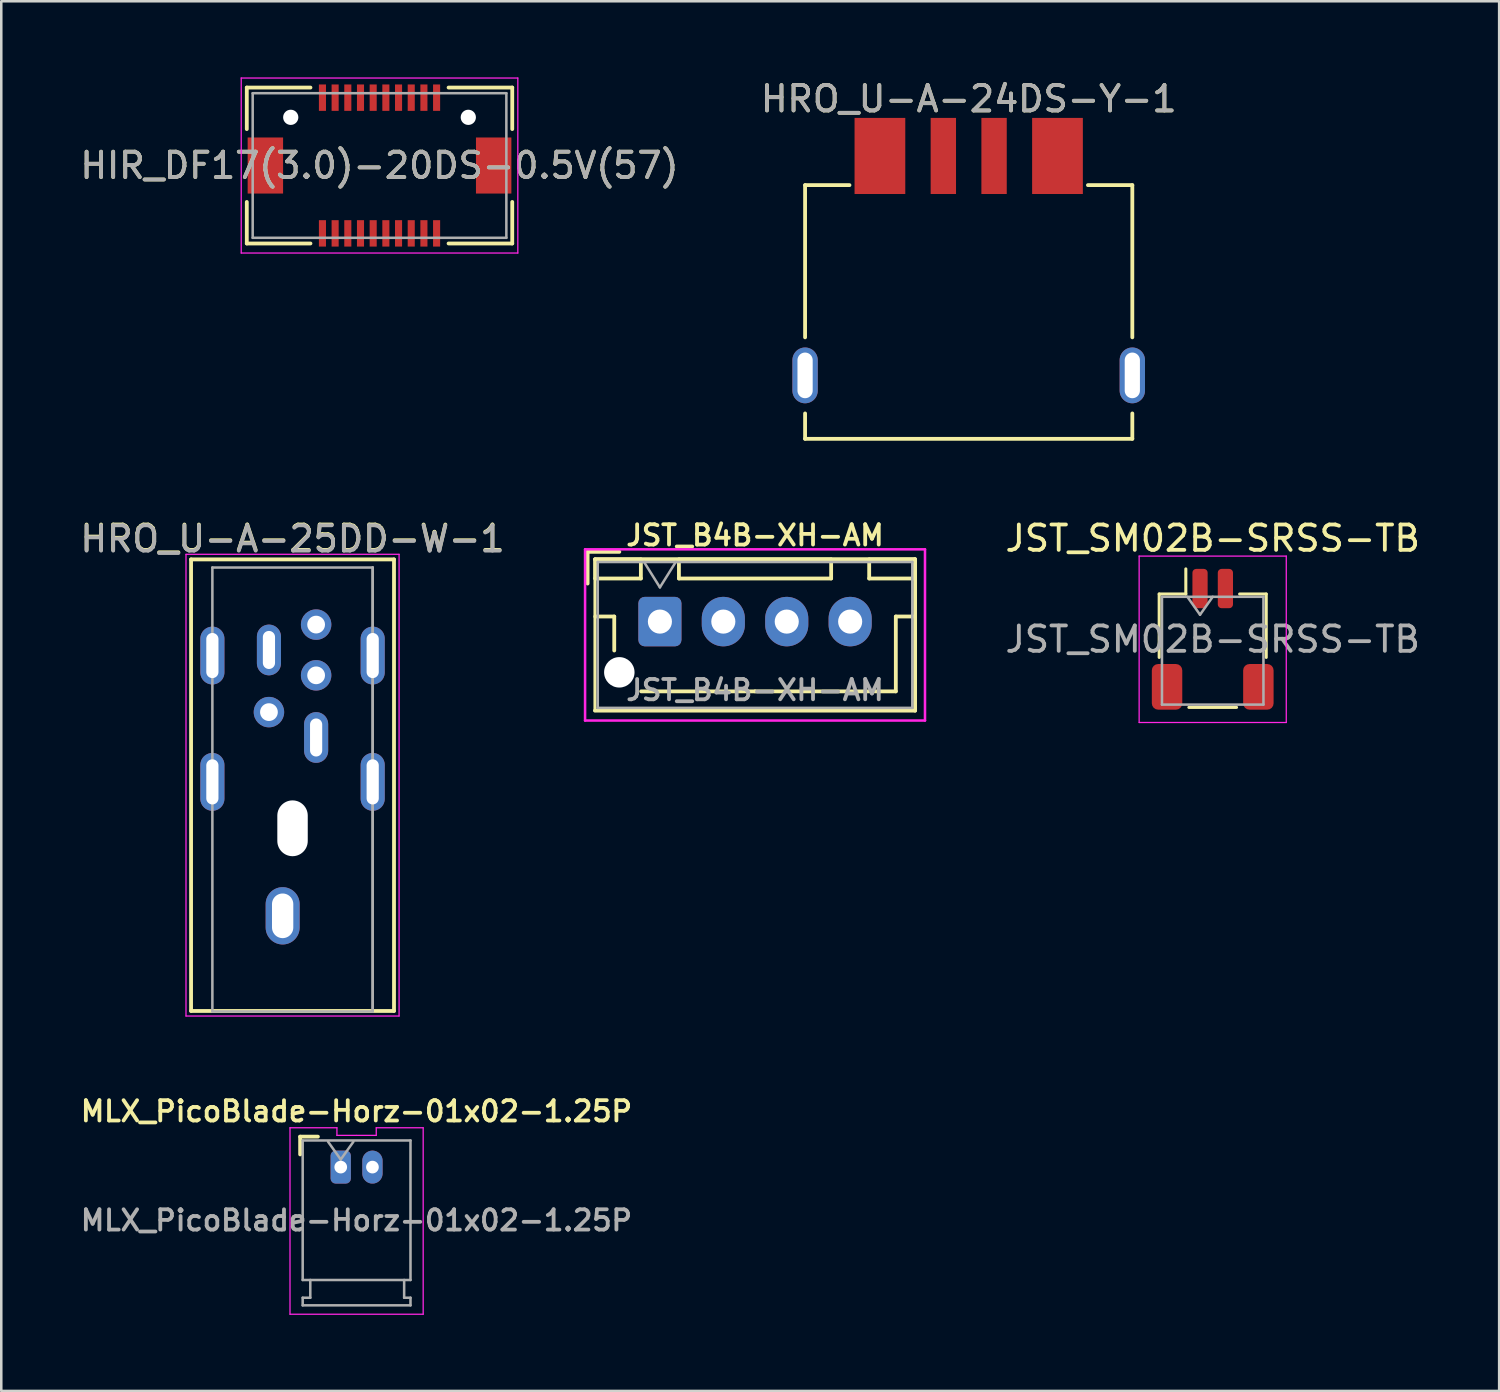
<source format=kicad_pcb>
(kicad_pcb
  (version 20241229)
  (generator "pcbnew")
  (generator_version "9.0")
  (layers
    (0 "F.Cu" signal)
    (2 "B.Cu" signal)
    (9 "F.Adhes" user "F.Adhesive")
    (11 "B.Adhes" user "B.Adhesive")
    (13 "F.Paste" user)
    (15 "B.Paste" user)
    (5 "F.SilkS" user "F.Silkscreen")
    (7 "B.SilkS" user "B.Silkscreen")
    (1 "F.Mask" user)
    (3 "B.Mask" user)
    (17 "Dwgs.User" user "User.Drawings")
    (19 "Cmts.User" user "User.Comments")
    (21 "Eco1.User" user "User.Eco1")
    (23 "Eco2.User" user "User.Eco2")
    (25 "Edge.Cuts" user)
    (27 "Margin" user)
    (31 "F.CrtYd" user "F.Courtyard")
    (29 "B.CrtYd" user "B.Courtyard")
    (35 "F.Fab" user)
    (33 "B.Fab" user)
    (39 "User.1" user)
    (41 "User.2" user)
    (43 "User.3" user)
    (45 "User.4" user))
  (footprint "JST_B4B-XH-AM"
    (layer "F.Cu")
    (at 22.964 21.454)
    (property "Reference" "JST_B4B-XH-AM" (at 3.75 -3.4 0) (layer "F.SilkS") (effects (font (size 0.8 0.8) (thickness 0.15))))
    (attr through_hole)
    (fp_line (start -2.85 -2.75) (end -2.85 -1.5) (stroke (width 0.15) (type solid)) (layer "F.SilkS"))
    (fp_line (start -2.56 -2.46) (end -2.56 3.51) (stroke (width 0.12) (type solid)) (layer "F.SilkS"))
    (fp_line (start -2.56 3.51) (end 10.06 3.51) (stroke (width 0.15) (type solid)) (layer "F.SilkS"))
    (fp_line (start -2.55 -2.45) (end -2.55 -1.7) (stroke (width 0.15) (type solid)) (layer "F.SilkS"))
    (fp_line (start -2.55 -1.7) (end -0.75 -1.7) (stroke (width 0.15) (type solid)) (layer "F.SilkS"))
    (fp_line (start -2.55 -0.2) (end -1.8 -0.2) (stroke (width 0.15) (type solid)) (layer "F.SilkS"))
    (fp_line (start -1.8 -0.2) (end -1.8 1.14) (stroke (width 0.15) (type solid)) (layer "F.SilkS"))
    (fp_line (start -1.6 -2.75) (end -2.85 -2.75) (stroke (width 0.15) (type solid)) (layer "F.SilkS"))
    (fp_line (start -0.75 -2.45) (end -2.55 -2.45) (stroke (width 0.15) (type solid)) (layer "F.SilkS"))
    (fp_line (start -0.75 -1.7) (end -0.75 -2.45) (stroke (width 0.15) (type solid)) (layer "F.SilkS"))
    (fp_line (start 0.75 -2.45) (end 0.75 -1.7) (stroke (width 0.15) (type solid)) (layer "F.SilkS"))
    (fp_line (start 0.75 -1.7) (end 6.75 -1.7) (stroke (width 0.15) (type solid)) (layer "F.SilkS"))
    (fp_line (start 3.75 2.75) (end -0.74 2.75) (stroke (width 0.15) (type solid)) (layer "F.SilkS"))
    (fp_line (start 6.75 -2.45) (end 0.75 -2.45) (stroke (width 0.15) (type solid)) (layer "F.SilkS"))
    (fp_line (start 6.75 -1.7) (end 6.75 -2.45) (stroke (width 0.15) (type solid)) (layer "F.SilkS"))
    (fp_line (start 8.25 -2.45) (end 8.25 -1.7) (stroke (width 0.15) (type solid)) (layer "F.SilkS"))
    (fp_line (start 8.25 -1.7) (end 10.05 -1.7) (stroke (width 0.15) (type solid)) (layer "F.SilkS"))
    (fp_line (start 9.3 -0.2) (end 9.3 2.75) (stroke (width 0.15) (type solid)) (layer "F.SilkS"))
    (fp_line (start 9.3 2.75) (end 3.75 2.75) (stroke (width 0.15) (type solid)) (layer "F.SilkS"))
    (fp_line (start 10.05 -2.45) (end 8.25 -2.45) (stroke (width 0.15) (type solid)) (layer "F.SilkS"))
    (fp_line (start 10.05 -1.7) (end 10.05 -2.45) (stroke (width 0.15) (type solid)) (layer "F.SilkS"))
    (fp_line (start 10.05 -0.2) (end 9.3 -0.2) (stroke (width 0.15) (type solid)) (layer "F.SilkS"))
    (fp_line (start 10.06 -2.46) (end -2.56 -2.46) (stroke (width 0.15) (type solid)) (layer "F.SilkS"))
    (fp_line (start 10.06 3.51) (end 10.06 -2.46) (stroke (width 0.15) (type solid)) (layer "F.SilkS"))
    (fp_line (start -2.95 -2.85) (end -2.95 3.9) (stroke (width 0.1) (type solid)) (layer "F.CrtYd"))
    (fp_line (start -2.95 3.9) (end 10.45 3.9) (stroke (width 0.1) (type solid)) (layer "F.CrtYd"))
    (fp_line (start 10.45 -2.85) (end -2.95 -2.85) (stroke (width 0.1) (type solid)) (layer "F.CrtYd"))
    (fp_line (start 10.45 3.9) (end 10.45 -2.85) (stroke (width 0.1) (type solid)) (layer "F.CrtYd"))
    (fp_line (start -2.45 -2.35) (end -2.45 3.4) (stroke (width 0.1) (type solid)) (layer "F.Fab"))
    (fp_line (start -2.45 3.4) (end 9.95 3.4) (stroke (width 0.1) (type solid)) (layer "F.Fab"))
    (fp_line (start -0.625 -2.35) (end 0 -1.35) (stroke (width 0.1) (type solid)) (layer "F.Fab"))
    (fp_line (start 0 -1.35) (end 0.625 -2.35) (stroke (width 0.1) (type solid)) (layer "F.Fab"))
    (fp_line (start 9.95 -2.35) (end -2.45 -2.35) (stroke (width 0.1) (type solid)) (layer "F.Fab"))
    (fp_line (start 9.95 3.4) (end 9.95 -2.35) (stroke (width 0.1) (type solid)) (layer "F.Fab"))
    (fp_text user "${REFERENCE}" (at 3.75 2.7 0) (layer "F.Fab") (effects (font (size 0.8 0.8) (thickness 0.15))))
    (pad "" np_thru_hole circle (at -1.6 2) (size 1.2 1.2) (drill 1.2) (layers "*.Cu" "*.Mask"))
    (pad "1" thru_hole roundrect (at 0 0) (size 1.7 1.95) (drill 0.95) (layers "*.Cu" "*.Mask") (roundrect_rratio 0.147))
    (pad "2" thru_hole oval (at 2.5 0) (size 1.7 1.95) (drill 0.95) (layers "*.Cu" "*.Mask"))
    (pad "3" thru_hole oval (at 5 0) (size 1.7 1.95) (drill 0.95) (layers "*.Cu" "*.Mask"))
    (pad "4" thru_hole oval (at 7.5 0) (size 1.7 1.95) (drill 0.95) (layers "*.Cu" "*.Mask")))
  (footprint "HRO_U-A-24DS-Y-1"
    (layer "F.Cu")
    (at 35.137 4.248)
    (property "Reference" "HRO_U-A-24DS-Y-1" (at 0 -3.4 0) (layer "F.SilkS") (effects (font (size 1 1) (thickness 0.15))))
    (attr smd)
    (fp_line (start -6.45 0) (end -6.45 6) (stroke (width 0.15) (type solid)) (layer "F.SilkS"))
    (fp_line (start -6.45 0) (end -4.7 0) (stroke (width 0.15) (type solid)) (layer "F.SilkS"))
    (fp_line (start -6.45 10) (end -6.45 9) (stroke (width 0.15) (type solid)) (layer "F.SilkS"))
    (fp_line (start -6.45 10) (end 6.45 10) (stroke (width 0.15) (type solid)) (layer "F.SilkS"))
    (fp_line (start 6.45 0) (end 4.7 0) (stroke (width 0.15) (type solid)) (layer "F.SilkS"))
    (fp_line (start 6.45 0) (end 6.45 6) (stroke (width 0.15) (type solid)) (layer "F.SilkS"))
    (fp_line (start 6.45 10) (end 6.45 9) (stroke (width 0.15) (type solid)) (layer "F.SilkS"))
    (fp_text user "${REFERENCE}" (at 0 -3.4 0) (layer "F.Fab") (effects (font (size 1 1) (thickness 0.15))))
    (pad "1" smd rect (at -3.5 -1.15) (size 2 3) (layers "F.Cu" "F.Mask" "F.Paste"))
    (pad "2" smd rect (at -1 -1.15) (size 1 3) (layers "F.Cu" "F.Mask" "F.Paste"))
    (pad "3" smd rect (at 1 -1.15) (size 1 3) (layers "F.Cu" "F.Mask" "F.Paste"))
    (pad "4" smd rect (at 3.5 -1.15) (size 2 3) (layers "F.Cu" "F.Mask" "F.Paste"))
    (pad "S" thru_hole oval (at -6.45 7.5) (size 1 2.2) (drill oval 0.6 1.8) (layers "*.Cu" "*.Mask"))
    (pad "S" thru_hole oval (at 6.45 7.5) (size 1 2.2) (drill oval 0.6 1.8) (layers "*.Cu" "*.Mask")))
  (footprint "JST_SM02B-SRSS-TB"
    (layer "F.Cu")
    (at 44.756 22.151)
    (property "Reference" "JST_SM02B-SRSS-TB" (at 0 -3.98 0) (layer "F.SilkS") (effects (font (size 1 1) (thickness 0.15))))
    (attr smd)
    (fp_line (start -2.11 -1.785) (end -1.06 -1.785) (stroke (width 0.12) (type solid)) (layer "F.SilkS"))
    (fp_line (start -2.11 0.715) (end -2.11 -1.785) (stroke (width 0.12) (type solid)) (layer "F.SilkS"))
    (fp_line (start -1.06 -1.785) (end -1.06 -2.775) (stroke (width 0.12) (type solid)) (layer "F.SilkS"))
    (fp_line (start -0.94 2.685) (end 0.94 2.685) (stroke (width 0.12) (type solid)) (layer "F.SilkS"))
    (fp_line (start 2.11 -1.785) (end 1.06 -1.785) (stroke (width 0.12) (type solid)) (layer "F.SilkS"))
    (fp_line (start 2.11 0.715) (end 2.11 -1.785) (stroke (width 0.12) (type solid)) (layer "F.SilkS"))
    (fp_line (start -2.9 -3.28) (end -2.9 3.28) (stroke (width 0.05) (type solid)) (layer "F.CrtYd"))
    (fp_line (start -2.9 3.28) (end 2.9 3.28) (stroke (width 0.05) (type solid)) (layer "F.CrtYd"))
    (fp_line (start 2.9 -3.28) (end -2.9 -3.28) (stroke (width 0.05) (type solid)) (layer "F.CrtYd"))
    (fp_line (start 2.9 3.28) (end 2.9 -3.28) (stroke (width 0.05) (type solid)) (layer "F.CrtYd"))
    (fp_line (start -2 -1.675) (end -2 2.575) (stroke (width 0.1) (type solid)) (layer "F.Fab"))
    (fp_line (start -2 -1.675) (end 2 -1.675) (stroke (width 0.1) (type solid)) (layer "F.Fab"))
    (fp_line (start -2 2.575) (end 2 2.575) (stroke (width 0.1) (type solid)) (layer "F.Fab"))
    (fp_line (start -1 -1.675) (end -0.5 -0.968) (stroke (width 0.1) (type solid)) (layer "F.Fab"))
    (fp_line (start -0.5 -0.968) (end 0 -1.675) (stroke (width 0.1) (type solid)) (layer "F.Fab"))
    (fp_line (start 2 -1.675) (end 2 2.575) (stroke (width 0.1) (type solid)) (layer "F.Fab"))
    (fp_text user "${REFERENCE}" (at 0 0 0) (layer "F.Fab") (effects (font (size 1 1) (thickness 0.15))))
    (pad "1" smd roundrect (at -0.5 -2) (size 0.6 1.55) (layers "F.Cu" "F.Mask" "F.Paste") (roundrect_rratio 0.25))
    (pad "2" smd roundrect (at 0.5 -2) (size 0.6 1.55) (layers "F.Cu" "F.Mask" "F.Paste") (roundrect_rratio 0.25))
    (pad "MP" smd roundrect (at -1.8 1.875) (size 1.2 1.8) (layers "F.Cu" "F.Mask" "F.Paste") (roundrect_rratio 0.208))
    (pad "MP" smd roundrect (at 1.8 1.875) (size 1.2 1.8) (layers "F.Cu" "F.Mask" "F.Paste") (roundrect_rratio 0.208)))
  (footprint "HRO_U-A-25DD-W-1"
    (layer "F.Cu")
    (at 8.482 29.602)
    (property "Reference" "HRO_U-A-25DD-W-1" (at 0 -11.43 0) (layer "F.SilkS") (effects (font (size 1 1) (thickness 0.15))))
    (attr through_hole)
    (fp_line (start -4 -10.6) (end -4 7.2) (stroke (width 0.15) (type solid)) (layer "F.SilkS"))
    (fp_line (start -4 7.2) (end 4 7.2) (stroke (width 0.15) (type solid)) (layer "F.SilkS"))
    (fp_line (start 4 -10.6) (end -4 -10.6) (stroke (width 0.15) (type solid)) (layer "F.SilkS"))
    (fp_line (start 4 7.2) (end 4 -10.6) (stroke (width 0.15) (type solid)) (layer "F.SilkS"))
    (fp_line (start -4.2 -10.8) (end 4.2 -10.8) (stroke (width 0.05) (type solid)) (layer "F.CrtYd"))
    (fp_line (start -4.2 7.4) (end -4.2 -10.8) (stroke (width 0.05) (type solid)) (layer "F.CrtYd"))
    (fp_line (start 4.2 -10.8) (end 4.2 7.4) (stroke (width 0.05) (type solid)) (layer "F.CrtYd"))
    (fp_line (start 4.2 7.4) (end -4.2 7.4) (stroke (width 0.05) (type solid)) (layer "F.CrtYd"))
    (fp_line (start -3.16 -10.28) (end -3.16 7.22) (stroke (width 0.1) (type solid)) (layer "F.Fab"))
    (fp_line (start -3.16 -10.28) (end 3.16 -10.28) (stroke (width 0.1) (type solid)) (layer "F.Fab"))
    (fp_line (start -3.16 7.22) (end 3.16 7.22) (stroke (width 0.1) (type solid)) (layer "F.Fab"))
    (fp_line (start 3.16 -10.28) (end 3.16 7.22) (stroke (width 0.1) (type solid)) (layer "F.Fab"))
    (fp_line (start 3.16 7.22) (end 3.16 -10.28) (stroke (width 0.1) (type solid)) (layer "F.Fab"))
    (fp_text user "${REFERENCE}" (at 0 -11.4 0) (layer "F.Fab") (effects (font (size 1 1) (thickness 0.15))))
    (pad "" np_thru_hole oval (at 0 0) (size 1.2 2.2) (drill oval 1.2 2.2) (layers "*.Cu" "*.Mask"))
    (pad "1" thru_hole oval (at -0.93 -7.03) (size 0.95 2) (drill oval 0.48 1.5) (layers "*.Cu" "*.Mask"))
    (pad "2" thru_hole oval (at -0.93 -4.58) (size 1.2 1.2) (drill 0.7) (layers "*.Cu" "*.Mask"))
    (pad "3" thru_hole oval (at 0.93 -6.03) (size 1.2 1.2) (drill 0.7) (layers "*.Cu" "*.Mask"))
    (pad "4" thru_hole oval (at 0.93 -3.58) (size 0.95 2) (drill oval 0.48 1.5) (layers "*.Cu" "*.Mask"))
    (pad "5" thru_hole oval (at 0.93 -8.03) (size 1.2 1.2) (drill 0.7) (layers "*.Cu" "*.Mask"))
    (pad "S" thru_hole oval (at -3.16 -6.81) (size 0.95 2.28) (drill oval 0.48 1.78) (layers "*.Cu" "*.Mask"))
    (pad "S" thru_hole oval (at -3.16 -1.83) (size 0.95 2.28) (drill oval 0.48 1.78) (layers "*.Cu" "*.Mask"))
    (pad "S" thru_hole oval (at -0.39 3.45) (size 1.34 2.26) (drill oval 0.84 1.76) (layers "*.Cu" "*.Mask"))
    (pad "S" thru_hole oval (at 3.16 -6.81) (size 0.95 2.28) (drill oval 0.48 1.78) (layers "*.Cu" "*.Mask"))
    (pad "S" thru_hole oval (at 3.16 -1.83) (size 0.95 2.28) (drill oval 0.48 1.78) (layers "*.Cu" "*.Mask")))
  (footprint "HIR_DF17(3.0)-20DS-0.5V(57)"
    (layer "F.Cu")
    (at 11.911 3.475)
    (property "Reference" "HIR_DF17(3.0)-20DS-0.5V(57)" (at 0 0 0) (layer "F.SilkS") (effects (font (size 1 1) (thickness 0.15))))
    (attr smd)
    (fp_line (start -5.232 -3.073) (end -5.232 -1.436) (stroke (width 0.15) (type solid)) (layer "F.SilkS"))
    (fp_line (start -5.232 1.436) (end -5.232 3.073) (stroke (width 0.15) (type solid)) (layer "F.SilkS"))
    (fp_line (start -5.232 3.073) (end -2.722 3.073) (stroke (width 0.15) (type solid)) (layer "F.SilkS"))
    (fp_line (start -2.722 -3.073) (end -5.232 -3.073) (stroke (width 0.15) (type solid)) (layer "F.SilkS"))
    (fp_line (start 2.722 3.073) (end 5.232 3.073) (stroke (width 0.15) (type solid)) (layer "F.SilkS"))
    (fp_line (start 5.232 -3.073) (end 2.722 -3.073) (stroke (width 0.15) (type solid)) (layer "F.SilkS"))
    (fp_line (start 5.232 -1.436) (end 5.232 -3.073) (stroke (width 0.15) (type solid)) (layer "F.SilkS"))
    (fp_line (start 5.232 3.073) (end 5.232 1.436) (stroke (width 0.15) (type solid)) (layer "F.SilkS"))
    (fp_line (start -5.452 -3.45) (end -5.452 3.45) (stroke (width 0.05) (type solid)) (layer "F.CrtYd"))
    (fp_line (start -5.452 3.45) (end 5.452 3.45) (stroke (width 0.05) (type solid)) (layer "F.CrtYd"))
    (fp_line (start 5.452 -3.45) (end -5.452 -3.45) (stroke (width 0.05) (type solid)) (layer "F.CrtYd"))
    (fp_line (start 5.452 3.45) (end 5.452 -3.45) (stroke (width 0.05) (type solid)) (layer "F.CrtYd"))
    (fp_line (start -5 -2.85) (end -5 2.85) (stroke (width 0.1) (type solid)) (layer "F.Fab"))
    (fp_line (start -5 2.85) (end 5 2.85) (stroke (width 0.1) (type solid)) (layer "F.Fab"))
    (fp_line (start 5 -2.85) (end -5 -2.85) (stroke (width 0.1) (type solid)) (layer "F.Fab"))
    (fp_line (start 5 -2.85) (end 5 2.85) (stroke (width 0.1) (type solid)) (layer "F.Fab"))
    (fp_text user "${REFERENCE}" (at 0 0 0) (layer "F.Fab") (effects (font (size 1 1) (thickness 0.15))))
    (pad "" np_thru_hole circle (at -3.5 -1.9) (size 0.6 0.6) (drill 0.6) (layers "*.Cu"))
    (pad "" np_thru_hole circle (at 3.5 -1.9) (size 0.6 0.6) (drill 0.6) (layers "*.Cu"))
    (pad "1" smd rect (at -2.25 -2.675) (size 0.279 1.041) (layers "F.Cu" "F.Mask" "F.Paste"))
    (pad "2" smd rect (at -1.75 -2.675) (size 0.279 1.041) (layers "F.Cu" "F.Mask" "F.Paste"))
    (pad "3" smd rect (at -1.25 -2.675) (size 0.279 1.041) (layers "F.Cu" "F.Mask" "F.Paste"))
    (pad "4" smd rect (at -0.75 -2.675) (size 0.279 1.041) (layers "F.Cu" "F.Mask" "F.Paste"))
    (pad "5" smd rect (at -0.25 -2.675) (size 0.279 1.041) (layers "F.Cu" "F.Mask" "F.Paste"))
    (pad "6" smd rect (at 0.25 -2.675) (size 0.279 1.041) (layers "F.Cu" "F.Mask" "F.Paste"))
    (pad "7" smd rect (at 0.75 -2.675) (size 0.279 1.041) (layers "F.Cu" "F.Mask" "F.Paste"))
    (pad "8" smd rect (at 1.25 -2.675) (size 0.279 1.041) (layers "F.Cu" "F.Mask" "F.Paste"))
    (pad "9" smd rect (at 1.75 -2.675) (size 0.279 1.041) (layers "F.Cu" "F.Mask" "F.Paste"))
    (pad "10" smd rect (at 2.25 -2.675) (size 0.279 1.041) (layers "F.Cu" "F.Mask" "F.Paste"))
    (pad "11" smd rect (at -2.25 2.675) (size 0.279 1.041) (layers "F.Cu" "F.Mask" "F.Paste"))
    (pad "12" smd rect (at -1.75 2.675) (size 0.279 1.041) (layers "F.Cu" "F.Mask" "F.Paste"))
    (pad "13" smd rect (at -1.25 2.675) (size 0.279 1.041) (layers "F.Cu" "F.Mask" "F.Paste"))
    (pad "14" smd rect (at -0.75 2.675) (size 0.279 1.041) (layers "F.Cu" "F.Mask" "F.Paste"))
    (pad "15" smd rect (at -0.25 2.675) (size 0.279 1.041) (layers "F.Cu" "F.Mask" "F.Paste"))
    (pad "16" smd rect (at 0.25 2.675) (size 0.279 1.041) (layers "F.Cu" "F.Mask" "F.Paste"))
    (pad "17" smd rect (at 0.75 2.675) (size 0.279 1.041) (layers "F.Cu" "F.Mask" "F.Paste"))
    (pad "18" smd rect (at 1.25 2.675) (size 0.279 1.041) (layers "F.Cu" "F.Mask" "F.Paste"))
    (pad "19" smd rect (at 1.75 2.675) (size 0.279 1.041) (layers "F.Cu" "F.Mask" "F.Paste"))
    (pad "20" smd rect (at 2.25 2.675) (size 0.279 1.041) (layers "F.Cu" "F.Mask" "F.Paste"))
    (pad "MP" smd rect (at -4.5 0) (size 1.397 2.21) (layers "F.Cu" "F.Mask" "F.Paste"))
    (pad "MP" smd rect (at 4.5 0) (size 1.397 2.21) (layers "F.Cu" "F.Mask" "F.Paste")))
  (footprint "MLX_PicoBlade-Horz-01x02-1.25P"
    (layer "F.Cu")
    (at 10.382 42.958)
    (property "Reference" "MLX_PicoBlade-Horz-01x02-1.25P" (at 0.62 -2.2 0) (layer "F.SilkS") (effects (font (size 0.8 0.8) (thickness 0.15))))
    (attr through_hole)
    (fp_line (start -1.6 -1.2) (end -1.6 -0.5) (stroke (width 0.15) (type solid)) (layer "F.SilkS"))
    (fp_line (start -1.6 -1.2) (end -0.9 -1.2) (stroke (width 0.15) (type solid)) (layer "F.SilkS"))
    (fp_line (start -2 -1.55) (end -2 5.8) (stroke (width 0.05) (type solid)) (layer "F.CrtYd"))
    (fp_line (start -0.15 -1.55) (end -2 -1.55) (stroke (width 0.05) (type solid)) (layer "F.CrtYd"))
    (fp_line (start -0.15 -1.25) (end -0.15 -1.55) (stroke (width 0.05) (type solid)) (layer "F.CrtYd"))
    (fp_line (start 0.62 -1.25) (end -0.15 -1.25) (stroke (width 0.05) (type solid)) (layer "F.CrtYd"))
    (fp_line (start 0.63 -1.25) (end 1.4 -1.25) (stroke (width 0.05) (type solid)) (layer "F.CrtYd"))
    (fp_line (start 1.4 -1.55) (end 3.25 -1.55) (stroke (width 0.05) (type solid)) (layer "F.CrtYd"))
    (fp_line (start 1.4 -1.25) (end 1.4 -1.55) (stroke (width 0.05) (type solid)) (layer "F.CrtYd"))
    (fp_line (start 3.25 -1.55) (end 3.25 5.8) (stroke (width 0.05) (type solid)) (layer "F.CrtYd"))
    (fp_line (start 3.25 5.8) (end -2 5.8) (stroke (width 0.05) (type solid)) (layer "F.CrtYd"))
    (fp_line (start -1.5 -1.05) (end -1.5 4.45) (stroke (width 0.1) (type solid)) (layer "F.Fab"))
    (fp_line (start -1.5 -1.05) (end 2.75 -1.05) (stroke (width 0.1) (type solid)) (layer "F.Fab"))
    (fp_line (start -1.5 4.45) (end 2.75 4.45) (stroke (width 0.1) (type solid)) (layer "F.Fab"))
    (fp_line (start -1.5 5.15) (end -1.2 5.15) (stroke (width 0.1) (type solid)) (layer "F.Fab"))
    (fp_line (start -1.5 5.45) (end -1.5 5.15) (stroke (width 0.1) (type solid)) (layer "F.Fab"))
    (fp_line (start -1.5 5.45) (end 2.75 5.45) (stroke (width 0.1) (type solid)) (layer "F.Fab"))
    (fp_line (start -1.2 5.15) (end -1.2 4.45) (stroke (width 0.1) (type solid)) (layer "F.Fab"))
    (fp_line (start 0 -0.3) (end -0.5 -1) (stroke (width 0.1) (type solid)) (layer "F.Fab"))
    (fp_line (start 0 -0.3) (end 0.5 -1) (stroke (width 0.1) (type solid)) (layer "F.Fab"))
    (fp_line (start 2.5 5.15) (end 2.5 4.45) (stroke (width 0.1) (type solid)) (layer "F.Fab"))
    (fp_line (start 2.75 -1.05) (end 2.75 4.45) (stroke (width 0.1) (type solid)) (layer "F.Fab"))
    (fp_line (start 2.75 5.15) (end 2.5 5.15) (stroke (width 0.1) (type solid)) (layer "F.Fab"))
    (fp_line (start 2.75 5.45) (end 2.75 5.15) (stroke (width 0.1) (type solid)) (layer "F.Fab"))
    (fp_text user "${REFERENCE}" (at 0.62 2.1 0) (layer "F.Fab") (effects (font (size 0.8 0.8) (thickness 0.15))))
    (pad "1" thru_hole roundrect (at 0 0) (size 0.8 1.3) (drill 0.5) (layers "*.Cu" "*.Mask") (roundrect_rratio 0.25))
    (pad "2" thru_hole oval (at 1.25 0) (size 0.8 1.3) (drill 0.5) (layers "*.Cu" "*.Mask")))
  (gr_rect
    (start -3 -3)
    (end 56.048 51.783)
    (stroke (width 0.1) (type default))
    (fill no)
    (layer "Edge.Cuts")))
</source>
